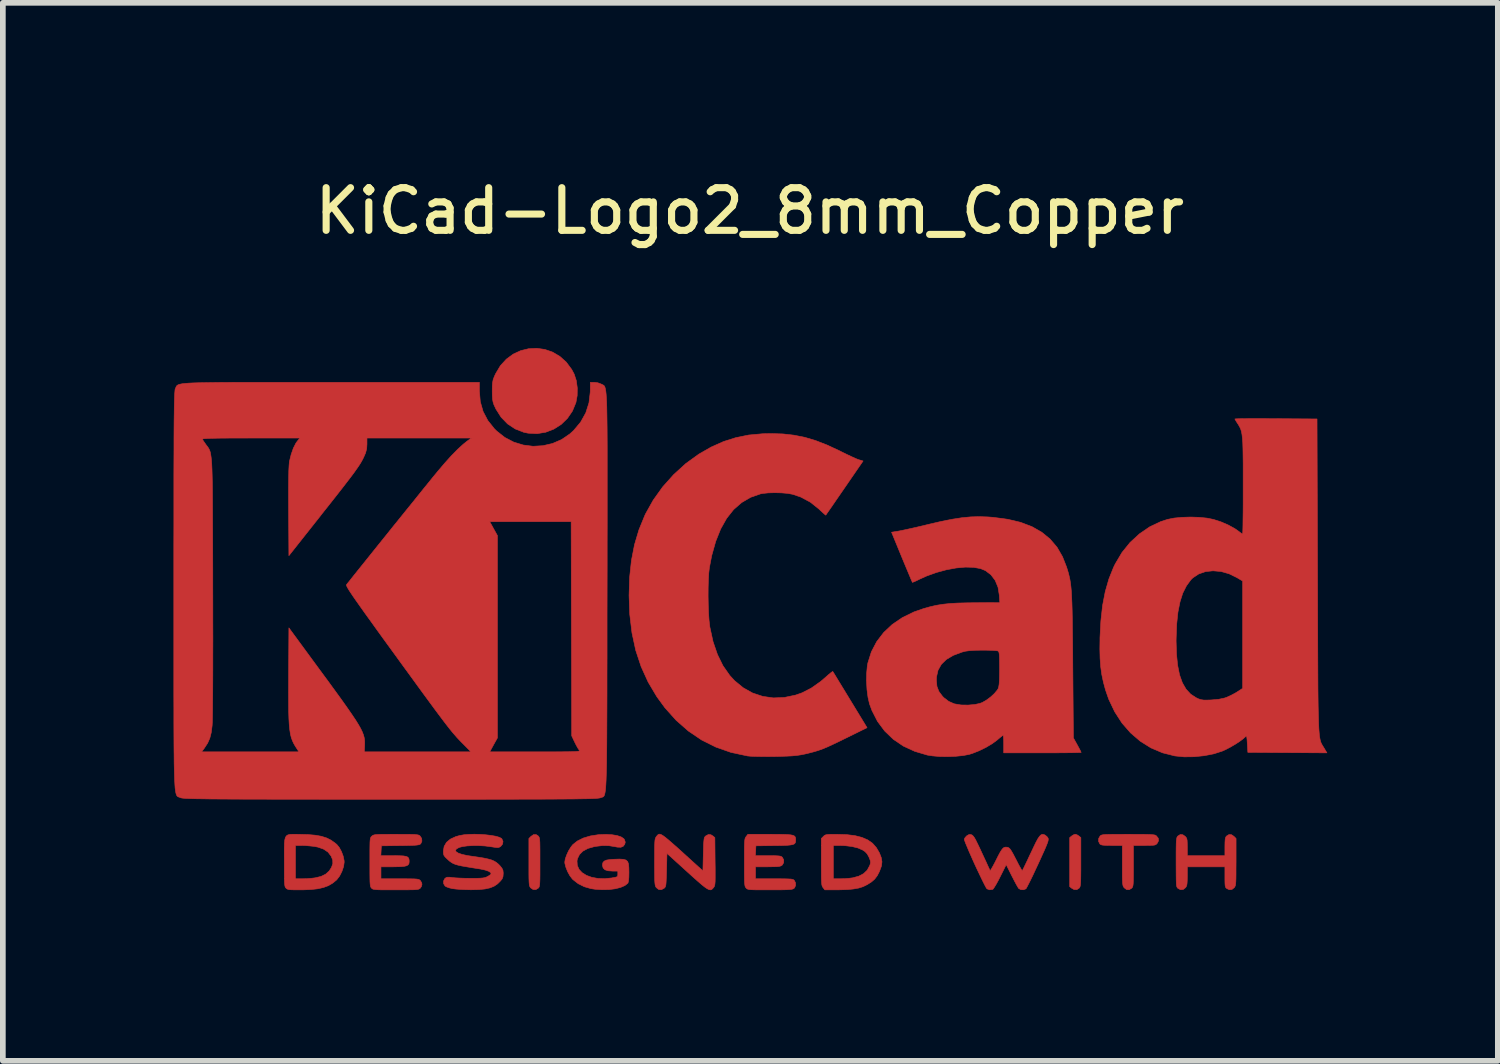
<source format=kicad_pcb>
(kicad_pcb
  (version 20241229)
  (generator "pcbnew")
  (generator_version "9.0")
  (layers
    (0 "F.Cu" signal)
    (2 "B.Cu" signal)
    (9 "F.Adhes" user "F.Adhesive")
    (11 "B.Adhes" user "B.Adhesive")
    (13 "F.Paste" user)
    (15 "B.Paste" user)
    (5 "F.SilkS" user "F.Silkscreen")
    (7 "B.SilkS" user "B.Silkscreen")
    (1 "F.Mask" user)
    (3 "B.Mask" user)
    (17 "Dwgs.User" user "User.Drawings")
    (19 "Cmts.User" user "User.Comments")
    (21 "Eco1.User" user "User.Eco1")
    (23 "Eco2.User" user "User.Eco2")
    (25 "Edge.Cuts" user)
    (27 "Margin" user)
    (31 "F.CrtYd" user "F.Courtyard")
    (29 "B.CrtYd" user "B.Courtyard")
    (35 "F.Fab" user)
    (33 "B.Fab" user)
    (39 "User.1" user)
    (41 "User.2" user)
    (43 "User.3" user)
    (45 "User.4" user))
  (footprint "KiCad-Logo2_8mm_Copper"
    (layer "F.Cu")
    (at 10.129 7.008)
    (property "Reference" "KiCad-Logo2_8mm_Copper" (at 0 -6.35 0) (layer "F.SilkS") (effects (font (size 0.75 0.75) (thickness 0.125))))
    (attr exclude_from_pos_files exclude_from_bom allow_missing_courtyard)
    (fp_poly (pts (xy 5.752 4.615) (xy 5.783 4.635) (xy 5.819 4.664) (xy 5.819 5.092) (xy 5.819 5.217) (xy 5.818 5.316) (xy 5.817 5.391) (xy 5.815 5.447) (xy 5.812 5.487) (xy 5.808 5.515) (xy 5.802 5.533) (xy 5.795 5.545) (xy 5.79 5.552) (xy 5.748 5.579) (xy 5.701 5.578) (xy 5.659 5.555) (xy 5.623 5.526) (xy 5.623 4.664) (xy 5.659 4.635) (xy 5.693 4.614) (xy 5.721 4.606) (xy 5.752 4.615)) (stroke (width 0.01) (type solid)) (fill yes) (layer "F.Cu"))
    (fp_poly (pts (xy -3.718 4.636) (xy -3.709 4.647) (xy -3.702 4.66) (xy -3.697 4.679) (xy -3.693 4.708) (xy -3.69 4.751) (xy -3.689 4.811) (xy -3.688 4.89) (xy -3.688 4.994) (xy -3.688 5.095) (xy -3.688 5.22) (xy -3.688 5.318) (xy -3.689 5.393) (xy -3.691 5.449) (xy -3.694 5.489) (xy -3.698 5.516) (xy -3.703 5.533) (xy -3.711 5.545) (xy -3.718 5.553) (xy -3.762 5.579) (xy -3.808 5.577) (xy -3.85 5.549) (xy -3.86 5.537) (xy -3.867 5.524) (xy -3.873 5.506) (xy -3.877 5.479) (xy -3.88 5.439) (xy -3.882 5.383) (xy -3.883 5.308) (xy -3.883 5.209) (xy -3.883 5.097) (xy -3.883 4.68) (xy -3.846 4.643) (xy -3.801 4.612) (xy -3.756 4.611) (xy -3.718 4.636)) (stroke (width 0.01) (type solid)) (fill yes) (layer "F.Cu"))
    (fp_poly (pts (xy -3.602 -3.916) (xy -3.466 -3.869) (xy -3.339 -3.794) (xy -3.226 -3.693) (xy -3.13 -3.564) (xy -3.087 -3.483) (xy -3.05 -3.37) (xy -3.032 -3.239) (xy -3.034 -3.105) (xy -3.056 -2.983) (xy -3.117 -2.834) (xy -3.205 -2.705) (xy -3.315 -2.598) (xy -3.444 -2.516) (xy -3.587 -2.461) (xy -3.739 -2.436) (xy -3.896 -2.444) (xy -3.973 -2.46) (xy -4.124 -2.519) (xy -4.258 -2.608) (xy -4.372 -2.726) (xy -4.463 -2.869) (xy -4.47 -2.885) (xy -4.497 -2.943) (xy -4.513 -2.993) (xy -4.522 -3.045) (xy -4.526 -3.111) (xy -4.527 -3.184) (xy -4.526 -3.271) (xy -4.521 -3.334) (xy -4.511 -3.385) (xy -4.492 -3.436) (xy -4.469 -3.487) (xy -4.384 -3.63) (xy -4.279 -3.745) (xy -4.158 -3.834) (xy -4.026 -3.895) (xy -3.886 -3.929) (xy -3.744 -3.936) (xy -3.602 -3.916)) (stroke (width 0.01) (type solid)) (fill yes) (layer "F.Cu"))
    (fp_poly (pts (xy 6.783 4.607) (xy 6.887 4.607) (xy 6.969 4.608) (xy 7.03 4.61) (xy 7.074 4.613) (xy 7.105 4.616) (xy 7.126 4.621) (xy 7.139 4.628) (xy 7.146 4.633) (xy 7.18 4.676) (xy 7.184 4.721) (xy 7.163 4.762) (xy 7.149 4.778) (xy 7.134 4.789) (xy 7.113 4.796) (xy 7.079 4.8) (xy 7.027 4.801) (xy 6.952 4.802) (xy 6.937 4.802) (xy 6.743 4.802) (xy 6.743 5.163) (xy 6.743 5.276) (xy 6.742 5.364) (xy 6.741 5.429) (xy 6.739 5.475) (xy 6.735 5.507) (xy 6.729 5.528) (xy 6.722 5.543) (xy 6.713 5.553) (xy 6.669 5.58) (xy 6.623 5.578) (xy 6.582 5.547) (xy 6.579 5.544) (xy 6.569 5.53) (xy 6.561 5.513) (xy 6.556 5.49) (xy 6.552 5.457) (xy 6.55 5.409) (xy 6.548 5.343) (xy 6.548 5.254) (xy 6.548 5.153) (xy 6.548 4.802) (xy 6.362 4.802) (xy 6.282 4.801) (xy 6.227 4.799) (xy 6.191 4.795) (xy 6.168 4.787) (xy 6.153 4.776) (xy 6.152 4.774) (xy 6.13 4.73) (xy 6.132 4.68) (xy 6.157 4.636) (xy 6.167 4.628) (xy 6.179 4.621) (xy 6.198 4.616) (xy 6.226 4.612) (xy 6.267 4.61) (xy 6.324 4.608) (xy 6.4 4.607) (xy 6.499 4.607) (xy 6.624 4.606) (xy 6.651 4.606) (xy 6.783 4.607)) (stroke (width 0.01) (type solid)) (fill yes) (layer "F.Cu"))
    (fp_poly (pts (xy 8.468 4.614) (xy 8.51 4.643) (xy 8.547 4.68) (xy 8.547 5.092) (xy 8.546 5.214) (xy 8.546 5.31) (xy 8.545 5.384) (xy 8.543 5.438) (xy 8.54 5.476) (xy 8.536 5.503) (xy 8.529 5.521) (xy 8.522 5.535) (xy 8.515 5.544) (xy 8.474 5.576) (xy 8.427 5.58) (xy 8.385 5.56) (xy 8.37 5.548) (xy 8.361 5.532) (xy 8.355 5.507) (xy 8.352 5.466) (xy 8.351 5.405) (xy 8.351 5.357) (xy 8.351 5.178) (xy 7.69 5.178) (xy 7.69 5.341) (xy 7.689 5.416) (xy 7.686 5.467) (xy 7.681 5.501) (xy 7.671 5.526) (xy 7.659 5.544) (xy 7.618 5.576) (xy 7.571 5.58) (xy 7.526 5.557) (xy 7.514 5.545) (xy 7.506 5.529) (xy 7.5 5.504) (xy 7.497 5.465) (xy 7.495 5.406) (xy 7.494 5.324) (xy 7.494 5.305) (xy 7.493 5.15) (xy 7.493 5.023) (xy 7.493 4.919) (xy 7.494 4.838) (xy 7.495 4.775) (xy 7.497 4.728) (xy 7.501 4.695) (xy 7.505 4.671) (xy 7.51 4.656) (xy 7.517 4.645) (xy 7.525 4.636) (xy 7.567 4.61) (xy 7.611 4.614) (xy 7.653 4.643) (xy 7.67 4.662) (xy 7.681 4.684) (xy 7.687 4.714) (xy 7.689 4.76) (xy 7.69 4.828) (xy 7.69 4.982) (xy 8.351 4.982) (xy 8.351 4.824) (xy 8.352 4.752) (xy 8.355 4.703) (xy 8.36 4.671) (xy 8.37 4.649) (xy 8.381 4.636) (xy 8.424 4.61) (xy 8.468 4.614)) (stroke (width 0.01) (type solid)) (fill yes) (layer "F.Cu"))
    (fp_poly (pts (xy 1.531 4.607) (xy 1.703 4.612) (xy 1.849 4.63) (xy 1.971 4.661) (xy 2.073 4.705) (xy 2.157 4.764) (xy 2.224 4.84) (xy 2.278 4.932) (xy 2.279 4.934) (xy 2.311 5.017) (xy 2.323 5.09) (xy 2.314 5.164) (xy 2.283 5.248) (xy 2.278 5.261) (xy 2.239 5.336) (xy 2.195 5.394) (xy 2.139 5.443) (xy 2.062 5.492) (xy 2.057 5.494) (xy 1.99 5.527) (xy 1.915 5.551) (xy 1.825 5.567) (xy 1.718 5.578) (xy 1.586 5.582) (xy 1.54 5.583) (xy 1.319 5.583) (xy 1.288 5.544) (xy 1.279 5.531) (xy 1.272 5.516) (xy 1.266 5.494) (xy 1.263 5.464) (xy 1.26 5.42) (xy 1.259 5.388) (xy 1.468 5.388) (xy 1.593 5.388) (xy 1.666 5.386) (xy 1.741 5.38) (xy 1.802 5.372) (xy 1.806 5.372) (xy 1.916 5.342) (xy 2 5.298) (xy 2.064 5.237) (xy 2.107 5.157) (xy 2.115 5.136) (xy 2.122 5.103) (xy 2.119 5.071) (xy 2.103 5.028) (xy 2.094 5.006) (xy 2.063 4.95) (xy 2.025 4.91) (xy 1.984 4.883) (xy 1.902 4.847) (xy 1.796 4.821) (xy 1.673 4.806) (xy 1.584 4.802) (xy 1.468 4.802) (xy 1.468 5.388) (xy 1.259 5.388) (xy 1.258 5.36) (xy 1.258 5.279) (xy 1.257 5.174) (xy 1.257 5.092) (xy 1.257 4.68) (xy 1.294 4.643) (xy 1.31 4.628) (xy 1.328 4.618) (xy 1.353 4.612) (xy 1.39 4.608) (xy 1.446 4.607) (xy 1.526 4.607) (xy 1.531 4.607)) (stroke (width 0.01) (type solid)) (fill yes) (layer "F.Cu"))
    (fp_poly (pts (xy -7.975 4.606) (xy -7.922 4.607) (xy -7.768 4.611) (xy -7.639 4.622) (xy -7.531 4.641) (xy -7.439 4.67) (xy -7.358 4.711) (xy -7.286 4.763) (xy -7.259 4.785) (xy -7.216 4.838) (xy -7.177 4.91) (xy -7.147 4.99) (xy -7.131 5.067) (xy -7.129 5.095) (xy -7.14 5.173) (xy -7.169 5.259) (xy -7.21 5.34) (xy -7.259 5.404) (xy -7.267 5.412) (xy -7.335 5.467) (xy -7.409 5.51) (xy -7.493 5.541) (xy -7.593 5.564) (xy -7.712 5.577) (xy -7.854 5.583) (xy -7.919 5.583) (xy -8.002 5.583) (xy -8.06 5.581) (xy -8.099 5.578) (xy -8.125 5.571) (xy -8.142 5.562) (xy -8.151 5.553) (xy -8.16 5.543) (xy -8.167 5.53) (xy -8.172 5.511) (xy -8.176 5.481) (xy -8.179 5.439) (xy -8.18 5.379) (xy -8.181 5.299) (xy -8.181 5.196) (xy -8.181 5.095) (xy -8.182 4.961) (xy -8.182 4.853) (xy -8.18 4.802) (xy -7.986 4.802) (xy -7.986 5.388) (xy -7.862 5.388) (xy -7.787 5.386) (xy -7.709 5.38) (xy -7.644 5.372) (xy -7.642 5.372) (xy -7.537 5.347) (xy -7.455 5.307) (xy -7.393 5.251) (xy -7.353 5.189) (xy -7.329 5.122) (xy -7.331 5.058) (xy -7.359 4.99) (xy -7.414 4.919) (xy -7.491 4.867) (xy -7.59 4.832) (xy -7.657 4.819) (xy -7.732 4.811) (xy -7.812 4.804) (xy -7.881 4.802) (xy -7.885 4.802) (xy -7.986 4.802) (xy -8.18 4.802) (xy -8.18 4.77) (xy -8.174 4.708) (xy -8.163 4.663) (xy -8.145 4.634) (xy -8.119 4.617) (xy -8.083 4.608) (xy -8.036 4.606) (xy -7.975 4.606)) (stroke (width 0.01) (type solid)) (fill yes) (layer "F.Cu"))
    (fp_poly (pts (xy -1.556 4.612) (xy -1.524 4.631) (xy -1.483 4.661) (xy -1.431 4.704) (xy -1.364 4.762) (xy -1.281 4.835) (xy -1.18 4.926) (xy -1.065 5.031) (xy -0.824 5.249) (xy -0.817 4.957) (xy -0.814 4.856) (xy -0.812 4.781) (xy -0.808 4.727) (xy -0.804 4.691) (xy -0.799 4.667) (xy -0.79 4.651) (xy -0.78 4.64) (xy -0.774 4.635) (xy -0.728 4.61) (xy -0.684 4.614) (xy -0.649 4.635) (xy -0.614 4.664) (xy -0.61 5.083) (xy -0.608 5.206) (xy -0.608 5.303) (xy -0.608 5.377) (xy -0.609 5.432) (xy -0.612 5.471) (xy -0.616 5.499) (xy -0.621 5.518) (xy -0.629 5.532) (xy -0.637 5.543) (xy -0.655 5.564) (xy -0.673 5.578) (xy -0.693 5.583) (xy -0.718 5.578) (xy -0.751 5.562) (xy -0.793 5.533) (xy -0.848 5.489) (xy -0.917 5.429) (xy -1.004 5.352) (xy -1.102 5.263) (xy -1.456 4.942) (xy -1.463 5.234) (xy -1.466 5.335) (xy -1.469 5.41) (xy -1.472 5.463) (xy -1.476 5.5) (xy -1.482 5.523) (xy -1.49 5.539) (xy -1.501 5.55) (xy -1.506 5.555) (xy -1.555 5.58) (xy -1.602 5.576) (xy -1.642 5.544) (xy -1.652 5.531) (xy -1.659 5.515) (xy -1.664 5.494) (xy -1.668 5.464) (xy -1.671 5.42) (xy -1.672 5.359) (xy -1.673 5.278) (xy -1.674 5.173) (xy -1.674 5.095) (xy -1.673 4.973) (xy -1.673 4.878) (xy -1.672 4.805) (xy -1.67 4.751) (xy -1.667 4.713) (xy -1.662 4.686) (xy -1.656 4.668) (xy -1.648 4.654) (xy -1.642 4.646) (xy -1.627 4.627) (xy -1.613 4.613) (xy -1.598 4.605) (xy -1.58 4.604) (xy -1.556 4.612)) (stroke (width 0.01) (type solid)) (fill yes) (layer "F.Cu"))
    (fp_poly (pts (xy -2.421 4.614) (xy -2.33 4.629) (xy -2.26 4.653) (xy -2.214 4.684) (xy -2.202 4.702) (xy -2.189 4.744) (xy -2.198 4.781) (xy -2.225 4.817) (xy -2.266 4.834) (xy -2.327 4.832) (xy -2.374 4.823) (xy -2.478 4.806) (xy -2.584 4.804) (xy -2.703 4.818) (xy -2.736 4.824) (xy -2.846 4.855) (xy -2.933 4.902) (xy -2.994 4.963) (xy -3.03 5.037) (xy -3.037 5.075) (xy -3.032 5.154) (xy -3.001 5.223) (xy -2.947 5.281) (xy -2.872 5.328) (xy -2.779 5.362) (xy -2.671 5.382) (xy -2.551 5.386) (xy -2.422 5.373) (xy -2.415 5.371) (xy -2.364 5.362) (xy -2.335 5.353) (xy -2.323 5.339) (xy -2.32 5.316) (xy -2.32 5.304) (xy -2.32 5.253) (xy -2.411 5.253) (xy -2.492 5.247) (xy -2.546 5.23) (xy -2.578 5.198) (xy -2.59 5.152) (xy -2.59 5.146) (xy -2.583 5.106) (xy -2.56 5.078) (xy -2.517 5.059) (xy -2.45 5.049) (xy -2.385 5.045) (xy -2.291 5.042) (xy -2.223 5.046) (xy -2.176 5.059) (xy -2.147 5.085) (xy -2.132 5.127) (xy -2.126 5.191) (xy -2.124 5.273) (xy -2.126 5.366) (xy -2.132 5.429) (xy -2.141 5.462) (xy -2.143 5.465) (xy -2.195 5.507) (xy -2.271 5.54) (xy -2.366 5.564) (xy -2.476 5.578) (xy -2.596 5.58) (xy -2.72 5.572) (xy -2.793 5.561) (xy -2.908 5.528) (xy -3.015 5.475) (xy -3.104 5.406) (xy -3.118 5.393) (xy -3.162 5.335) (xy -3.202 5.263) (xy -3.232 5.188) (xy -3.25 5.119) (xy -3.252 5.093) (xy -3.243 5.038) (xy -3.219 4.97) (xy -3.186 4.898) (xy -3.146 4.833) (xy -3.112 4.789) (xy -3.031 4.724) (xy -2.926 4.672) (xy -2.801 4.635) (xy -2.66 4.613) (xy -2.53 4.608) (xy -2.421 4.614)) (stroke (width 0.01) (type solid)) (fill yes) (layer "F.Cu"))
    (fp_poly (pts (xy 0.482 4.607) (xy 0.583 4.608) (xy 0.661 4.611) (xy 0.719 4.616) (xy 0.758 4.624) (xy 0.784 4.636) (xy 0.798 4.652) (xy 0.805 4.673) (xy 0.806 4.699) (xy 0.806 4.703) (xy 0.805 4.733) (xy 0.799 4.756) (xy 0.784 4.774) (xy 0.757 4.786) (xy 0.715 4.794) (xy 0.655 4.8) (xy 0.572 4.803) (xy 0.463 4.805) (xy 0.43 4.805) (xy 0.107 4.809) (xy 0.103 4.896) (xy 0.098 4.982) (xy 0.322 4.982) (xy 0.41 4.982) (xy 0.472 4.984) (xy 0.515 4.987) (xy 0.542 4.992) (xy 0.56 5) (xy 0.573 5.012) (xy 0.573 5.012) (xy 0.596 5.056) (xy 0.595 5.105) (xy 0.571 5.146) (xy 0.566 5.15) (xy 0.549 5.161) (xy 0.525 5.169) (xy 0.49 5.174) (xy 0.438 5.176) (xy 0.364 5.177) (xy 0.316 5.178) (xy 0.1 5.178) (xy 0.1 5.388) (xy 0.428 5.388) (xy 0.537 5.388) (xy 0.619 5.389) (xy 0.679 5.391) (xy 0.721 5.393) (xy 0.749 5.398) (xy 0.767 5.404) (xy 0.778 5.412) (xy 0.781 5.415) (xy 0.803 5.457) (xy 0.805 5.505) (xy 0.787 5.547) (xy 0.773 5.56) (xy 0.758 5.567) (xy 0.736 5.573) (xy 0.702 5.577) (xy 0.653 5.58) (xy 0.585 5.582) (xy 0.495 5.583) (xy 0.379 5.583) (xy 0.353 5.583) (xy 0.235 5.583) (xy 0.143 5.583) (xy 0.075 5.582) (xy 0.025 5.58) (xy -0.01 5.577) (xy -0.033 5.572) (xy -0.048 5.565) (xy -0.059 5.557) (xy -0.065 5.55) (xy -0.074 5.539) (xy -0.081 5.526) (xy -0.086 5.506) (xy -0.09 5.477) (xy -0.093 5.434) (xy -0.094 5.374) (xy -0.095 5.294) (xy -0.095 5.189) (xy -0.095 5.102) (xy -0.095 4.979) (xy -0.095 4.882) (xy -0.094 4.808) (xy -0.092 4.754) (xy -0.089 4.715) (xy -0.085 4.688) (xy -0.079 4.669) (xy -0.071 4.655) (xy -0.064 4.646) (xy -0.033 4.606) (xy 0.353 4.606) (xy 0.482 4.607)) (stroke (width 0.01) (type solid)) (fill yes) (layer "F.Cu"))
    (fp_poly (pts (xy -6.099 4.607) (xy -6.007 4.607) (xy -5.937 4.608) (xy -5.886 4.61) (xy -5.851 4.614) (xy -5.827 4.618) (xy -5.811 4.625) (xy -5.799 4.633) (xy -5.795 4.637) (xy -5.768 4.678) (xy -5.763 4.726) (xy -5.781 4.768) (xy -5.789 4.777) (xy -5.802 4.785) (xy -5.823 4.791) (xy -5.855 4.796) (xy -5.903 4.8) (xy -5.971 4.802) (xy -6.062 4.804) (xy -6.146 4.805) (xy -6.476 4.809) (xy -6.485 4.982) (xy -6.261 4.982) (xy -6.164 4.983) (xy -6.092 4.986) (xy -6.043 4.994) (xy -6.012 5.007) (xy -5.995 5.028) (xy -5.988 5.057) (xy -5.987 5.084) (xy -5.99 5.117) (xy -6.003 5.141) (xy -6.028 5.158) (xy -6.071 5.169) (xy -6.133 5.175) (xy -6.221 5.177) (xy -6.268 5.178) (xy -6.483 5.178) (xy -6.483 5.388) (xy -6.152 5.388) (xy -6.044 5.388) (xy -5.962 5.389) (xy -5.901 5.39) (xy -5.859 5.393) (xy -5.83 5.397) (xy -5.811 5.404) (xy -5.798 5.412) (xy -5.792 5.418) (xy -5.769 5.454) (xy -5.762 5.486) (xy -5.772 5.525) (xy -5.792 5.553) (xy -5.802 5.562) (xy -5.816 5.569) (xy -5.836 5.575) (xy -5.866 5.578) (xy -5.911 5.581) (xy -5.973 5.582) (xy -6.056 5.583) (xy -6.164 5.583) (xy -6.22 5.583) (xy -6.34 5.583) (xy -6.434 5.583) (xy -6.505 5.582) (xy -6.556 5.58) (xy -6.592 5.576) (xy -6.617 5.572) (xy -6.633 5.566) (xy -6.644 5.558) (xy -6.648 5.553) (xy -6.657 5.543) (xy -6.664 5.53) (xy -6.669 5.511) (xy -6.673 5.481) (xy -6.676 5.438) (xy -6.677 5.379) (xy -6.678 5.298) (xy -6.678 5.194) (xy -6.678 5.097) (xy -6.678 4.973) (xy -6.678 4.876) (xy -6.677 4.801) (xy -6.676 4.746) (xy -6.673 4.707) (xy -6.669 4.681) (xy -6.663 4.663) (xy -6.656 4.651) (xy -6.646 4.641) (xy -6.644 4.639) (xy -6.632 4.629) (xy -6.619 4.622) (xy -6.6 4.616) (xy -6.571 4.612) (xy -6.53 4.609) (xy -6.472 4.607) (xy -6.394 4.607) (xy -6.291 4.606) (xy -6.218 4.606) (xy -6.099 4.607)) (stroke (width 0.01) (type solid)) (fill yes) (layer "F.Cu"))
    (fp_poly (pts (xy 5.161 4.609) (xy 5.187 4.618) (xy 5.188 4.619) (xy 5.223 4.646) (xy 5.243 4.674) (xy 5.246 4.687) (xy 5.246 4.704) (xy 5.241 4.729) (xy 5.229 4.764) (xy 5.21 4.812) (xy 5.182 4.878) (xy 5.144 4.962) (xy 5.095 5.07) (xy 5.068 5.129) (xy 5.019 5.233) (xy 4.974 5.33) (xy 4.933 5.414) (xy 4.898 5.483) (xy 4.872 5.533) (xy 4.856 5.561) (xy 4.852 5.565) (xy 4.811 5.581) (xy 4.764 5.579) (xy 4.727 5.559) (xy 4.725 5.557) (xy 4.711 5.534) (xy 4.686 5.491) (xy 4.654 5.431) (xy 4.618 5.361) (xy 4.605 5.336) (xy 4.507 5.14) (xy 4.401 5.352) (xy 4.363 5.426) (xy 4.328 5.489) (xy 4.298 5.538) (xy 4.277 5.568) (xy 4.27 5.574) (xy 4.215 5.582) (xy 4.169 5.565) (xy 4.155 5.546) (xy 4.132 5.503) (xy 4.101 5.442) (xy 4.064 5.366) (xy 4.022 5.278) (xy 3.978 5.185) (xy 3.934 5.089) (xy 3.892 4.994) (xy 3.853 4.906) (xy 3.82 4.827) (xy 3.793 4.763) (xy 3.776 4.717) (xy 3.77 4.693) (xy 3.77 4.692) (xy 3.785 4.663) (xy 3.814 4.633) (xy 3.816 4.631) (xy 3.852 4.611) (xy 3.885 4.611) (xy 3.898 4.615) (xy 3.913 4.623) (xy 3.929 4.64) (xy 3.949 4.667) (xy 3.973 4.71) (xy 4.003 4.771) (xy 4.043 4.854) (xy 4.078 4.93) (xy 4.119 5.018) (xy 4.156 5.097) (xy 4.186 5.164) (xy 4.209 5.213) (xy 4.221 5.241) (xy 4.223 5.245) (xy 4.231 5.238) (xy 4.25 5.208) (xy 4.277 5.16) (xy 4.31 5.098) (xy 4.323 5.072) (xy 4.366 4.986) (xy 4.4 4.923) (xy 4.427 4.88) (xy 4.449 4.853) (xy 4.469 4.838) (xy 4.491 4.832) (xy 4.505 4.832) (xy 4.529 4.834) (xy 4.551 4.843) (xy 4.573 4.863) (xy 4.597 4.897) (xy 4.627 4.949) (xy 4.665 5.022) (xy 4.687 5.064) (xy 4.721 5.131) (xy 4.751 5.186) (xy 4.774 5.226) (xy 4.787 5.244) (xy 4.789 5.245) (xy 4.798 5.23) (xy 4.817 5.193) (xy 4.845 5.135) (xy 4.88 5.062) (xy 4.919 4.978) (xy 4.939 4.937) (xy 4.99 4.829) (xy 5.03 4.746) (xy 5.063 4.685) (xy 5.091 4.644) (xy 5.115 4.619) (xy 5.137 4.608) (xy 5.161 4.609)) (stroke (width 0.01) (type solid)) (fill yes) (layer "F.Cu"))
    (fp_poly (pts (xy -4.74 4.608) (xy -4.64 4.615) (xy -4.548 4.626) (xy -4.467 4.64) (xy -4.405 4.658) (xy -4.365 4.678) (xy -4.359 4.684) (xy -4.338 4.73) (xy -4.345 4.777) (xy -4.377 4.818) (xy -4.379 4.819) (xy -4.398 4.831) (xy -4.418 4.838) (xy -4.446 4.839) (xy -4.489 4.834) (xy -4.554 4.824) (xy -4.559 4.823) (xy -4.656 4.811) (xy -4.761 4.805) (xy -4.865 4.805) (xy -4.963 4.81) (xy -5.047 4.821) (xy -5.108 4.837) (xy -5.112 4.839) (xy -5.157 4.864) (xy -5.173 4.889) (xy -5.161 4.914) (xy -5.121 4.938) (xy -5.056 4.96) (xy -4.965 4.98) (xy -4.905 4.989) (xy -4.78 5.007) (xy -4.68 5.023) (xy -4.601 5.04) (xy -4.54 5.057) (xy -4.492 5.078) (xy -4.453 5.102) (xy -4.417 5.132) (xy -4.389 5.161) (xy -4.356 5.203) (xy -4.339 5.238) (xy -4.334 5.281) (xy -4.334 5.297) (xy -4.338 5.35) (xy -4.353 5.39) (xy -4.38 5.424) (xy -4.434 5.478) (xy -4.495 5.519) (xy -4.567 5.548) (xy -4.653 5.567) (xy -4.76 5.578) (xy -4.891 5.581) (xy -4.912 5.581) (xy -5 5.579) (xy -5.086 5.575) (xy -5.163 5.569) (xy -5.22 5.562) (xy -5.224 5.562) (xy -5.281 5.548) (xy -5.329 5.531) (xy -5.356 5.516) (xy -5.381 5.475) (xy -5.383 5.428) (xy -5.361 5.385) (xy -5.356 5.381) (xy -5.336 5.366) (xy -5.311 5.36) (xy -5.272 5.361) (xy -5.224 5.367) (xy -5.172 5.372) (xy -5.098 5.376) (xy -5.011 5.379) (xy -4.921 5.38) (xy -4.897 5.38) (xy -4.807 5.38) (xy -4.741 5.378) (xy -4.693 5.374) (xy -4.658 5.368) (xy -4.63 5.358) (xy -4.613 5.35) (xy -4.575 5.328) (xy -4.551 5.308) (xy -4.548 5.302) (xy -4.555 5.279) (xy -4.59 5.256) (xy -4.65 5.235) (xy -4.733 5.217) (xy -4.758 5.213) (xy -4.886 5.193) (xy -4.987 5.176) (xy -5.068 5.162) (xy -5.13 5.148) (xy -5.178 5.134) (xy -5.216 5.118) (xy -5.248 5.099) (xy -5.278 5.077) (xy -5.309 5.049) (xy -5.32 5.039) (xy -5.357 5.003) (xy -5.377 4.974) (xy -5.385 4.941) (xy -5.386 4.899) (xy -5.372 4.818) (xy -5.331 4.748) (xy -5.263 4.691) (xy -5.168 4.647) (xy -5.1 4.628) (xy -5.027 4.615) (xy -4.939 4.608) (xy -4.841 4.605) (xy -4.74 4.608)) (stroke (width 0.01) (type solid)) (fill yes) (layer "F.Cu"))
    (fp_poly (pts (xy 0.581 -2.431) (xy 0.777 -2.409) (xy 0.967 -2.371) (xy 1.158 -2.314) (xy 1.358 -2.236) (xy 1.576 -2.135) (xy 1.615 -2.115) (xy 1.705 -2.071) (xy 1.79 -2.031) (xy 1.861 -1.999) (xy 1.91 -1.979) (xy 1.918 -1.977) (xy 1.991 -1.955) (xy 1.665 -1.481) (xy 1.585 -1.365) (xy 1.512 -1.259) (xy 1.449 -1.167) (xy 1.397 -1.092) (xy 1.359 -1.038) (xy 1.339 -1.008) (xy 1.335 -1.003) (xy 1.322 -1.013) (xy 1.288 -1.043) (xy 1.24 -1.087) (xy 1.214 -1.112) (xy 1.065 -1.231) (xy 0.897 -1.321) (xy 0.753 -1.37) (xy 0.666 -1.386) (xy 0.558 -1.395) (xy 0.44 -1.398) (xy 0.326 -1.395) (xy 0.229 -1.385) (xy 0.19 -1.378) (xy 0.015 -1.317) (xy -0.143 -1.225) (xy -0.284 -1.102) (xy -0.407 -0.947) (xy -0.512 -0.76) (xy -0.599 -0.543) (xy -0.669 -0.294) (xy -0.71 -0.082) (xy -0.721 0.012) (xy -0.728 0.134) (xy -0.732 0.273) (xy -0.733 0.423) (xy -0.73 0.575) (xy -0.725 0.718) (xy -0.716 0.846) (xy -0.704 0.949) (xy -0.702 0.964) (xy -0.646 1.22) (xy -0.569 1.445) (xy -0.472 1.643) (xy -0.353 1.813) (xy -0.269 1.905) (xy -0.117 2.03) (xy 0.049 2.123) (xy 0.227 2.182) (xy 0.414 2.209) (xy 0.607 2.201) (xy 0.803 2.16) (xy 0.92 2.119) (xy 1.08 2.037) (xy 1.246 1.92) (xy 1.339 1.84) (xy 1.391 1.794) (xy 1.432 1.761) (xy 1.455 1.745) (xy 1.458 1.744) (xy 1.469 1.761) (xy 1.496 1.804) (xy 1.537 1.872) (xy 1.59 1.959) (xy 1.653 2.062) (xy 1.723 2.177) (xy 1.762 2.241) (xy 2.061 2.732) (xy 1.688 2.916) (xy 1.553 2.982) (xy 1.444 3.034) (xy 1.354 3.075) (xy 1.276 3.107) (xy 1.203 3.133) (xy 1.13 3.155) (xy 1.049 3.176) (xy 0.971 3.195) (xy 0.901 3.209) (xy 0.829 3.22) (xy 0.746 3.228) (xy 0.645 3.233) (xy 0.52 3.237) (xy 0.435 3.239) (xy 0.315 3.24) (xy 0.199 3.239) (xy 0.096 3.237) (xy 0.013 3.234) (xy -0.042 3.229) (xy -0.045 3.228) (xy -0.33 3.167) (xy -0.598 3.073) (xy -0.848 2.948) (xy -1.08 2.791) (xy -1.295 2.602) (xy -1.492 2.382) (xy -1.635 2.186) (xy -1.787 1.93) (xy -1.91 1.659) (xy -2.005 1.372) (xy -2.071 1.066) (xy -2.11 0.74) (xy -2.122 0.408) (xy -2.112 0.087) (xy -2.08 -0.209) (xy -2.026 -0.486) (xy -1.948 -0.747) (xy -1.845 -0.999) (xy -1.833 -1.025) (xy -1.697 -1.268) (xy -1.531 -1.5) (xy -1.338 -1.716) (xy -1.125 -1.91) (xy -0.894 -2.077) (xy -0.679 -2.2) (xy -0.462 -2.297) (xy -0.244 -2.366) (xy -0.018 -2.412) (xy 0.226 -2.434) (xy 0.372 -2.437) (xy 0.581 -2.431)) (stroke (width 0.01) (type solid)) (fill yes) (layer "F.Cu"))
    (fp_poly (pts (xy 9.042 -2.7) (xy 9.196 -2.699) (xy 9.248 -2.699) (xy 9.97 -2.694) (xy 9.979 0.073) (xy 9.98 0.448) (xy 9.981 0.788) (xy 9.982 1.096) (xy 9.983 1.373) (xy 9.984 1.621) (xy 9.985 1.841) (xy 9.986 2.036) (xy 9.988 2.206) (xy 9.99 2.354) (xy 9.993 2.482) (xy 9.996 2.592) (xy 9.999 2.684) (xy 10.003 2.761) (xy 10.008 2.825) (xy 10.013 2.877) (xy 10.02 2.92) (xy 10.027 2.954) (xy 10.035 2.982) (xy 10.044 3.005) (xy 10.055 3.026) (xy 10.066 3.045) (xy 10.079 3.066) (xy 10.093 3.089) (xy 10.096 3.093) (xy 10.144 3.175) (xy 8.754 3.166) (xy 8.745 3.013) (xy 8.74 2.94) (xy 8.735 2.898) (xy 8.728 2.881) (xy 8.717 2.884) (xy 8.709 2.894) (xy 8.67 2.929) (xy 8.608 2.975) (xy 8.531 3.025) (xy 8.447 3.074) (xy 8.365 3.117) (xy 8.302 3.145) (xy 8.155 3.192) (xy 7.986 3.225) (xy 7.808 3.243) (xy 7.633 3.245) (xy 7.474 3.229) (xy 7.472 3.229) (xy 7.254 3.174) (xy 7.05 3.087) (xy 6.863 2.97) (xy 6.693 2.824) (xy 6.542 2.651) (xy 6.414 2.453) (xy 6.309 2.232) (xy 6.252 2.068) (xy 6.215 1.931) (xy 6.187 1.799) (xy 6.168 1.663) (xy 6.157 1.514) (xy 6.153 1.347) (xy 6.155 1.209) (xy 7.493 1.209) (xy 7.5 1.439) (xy 7.52 1.637) (xy 7.554 1.805) (xy 7.603 1.943) (xy 7.668 2.055) (xy 7.748 2.142) (xy 7.842 2.204) (xy 7.89 2.227) (xy 7.932 2.24) (xy 7.979 2.247) (xy 8.042 2.247) (xy 8.11 2.245) (xy 8.243 2.233) (xy 8.349 2.21) (xy 8.382 2.198) (xy 8.458 2.164) (xy 8.538 2.121) (xy 8.572 2.1) (xy 8.663 2.041) (xy 8.663 0.155) (xy 8.563 0.095) (xy 8.424 0.027) (xy 8.282 -0.013) (xy 8.142 -0.025) (xy 8.009 -0.011) (xy 7.889 0.031) (xy 7.787 0.099) (xy 7.754 0.131) (xy 7.675 0.239) (xy 7.61 0.368) (xy 7.561 0.523) (xy 7.525 0.704) (xy 7.503 0.915) (xy 7.494 1.157) (xy 7.493 1.209) (xy 6.155 1.209) (xy 6.155 1.152) (xy 6.171 0.854) (xy 6.201 0.584) (xy 6.248 0.34) (xy 6.312 0.118) (xy 6.394 -0.087) (xy 6.424 -0.148) (xy 6.542 -0.347) (xy 6.684 -0.523) (xy 6.848 -0.674) (xy 7.029 -0.798) (xy 7.225 -0.891) (xy 7.343 -0.929) (xy 7.458 -0.952) (xy 7.597 -0.965) (xy 7.748 -0.97) (xy 7.898 -0.965) (xy 8.038 -0.951) (xy 8.15 -0.928) (xy 8.283 -0.885) (xy 8.412 -0.829) (xy 8.525 -0.767) (xy 8.585 -0.725) (xy 8.627 -0.693) (xy 8.656 -0.674) (xy 8.662 -0.671) (xy 8.664 -0.689) (xy 8.666 -0.739) (xy 8.668 -0.819) (xy 8.669 -0.924) (xy 8.671 -1.051) (xy 8.672 -1.197) (xy 8.672 -1.357) (xy 8.672 -1.521) (xy 8.672 -1.731) (xy 8.672 -1.908) (xy 8.67 -2.055) (xy 8.668 -2.176) (xy 8.665 -2.274) (xy 8.659 -2.353) (xy 8.652 -2.416) (xy 8.643 -2.467) (xy 8.631 -2.508) (xy 8.616 -2.543) (xy 8.598 -2.576) (xy 8.577 -2.61) (xy 8.574 -2.614) (xy 8.546 -2.658) (xy 8.529 -2.688) (xy 8.527 -2.694) (xy 8.545 -2.696) (xy 8.595 -2.698) (xy 8.673 -2.699) (xy 8.776 -2.7) (xy 8.9 -2.7) (xy 9.042 -2.7)) (stroke (width 0.01) (type solid)) (fill yes) (layer "F.Cu"))
    (fp_poly (pts (xy 4.186 -0.972) (xy 4.276 -0.965) (xy 4.533 -0.931) (xy 4.76 -0.877) (xy 4.96 -0.801) (xy 5.132 -0.703) (xy 5.278 -0.583) (xy 5.4 -0.44) (xy 5.497 -0.272) (xy 5.568 -0.091) (xy 5.586 -0.033) (xy 5.602 0.021) (xy 5.615 0.075) (xy 5.627 0.13) (xy 5.637 0.191) (xy 5.645 0.26) (xy 5.652 0.339) (xy 5.657 0.433) (xy 5.662 0.543) (xy 5.666 0.672) (xy 5.669 0.825) (xy 5.671 1.003) (xy 5.674 1.209) (xy 5.676 1.447) (xy 5.677 1.633) (xy 5.688 2.912) (xy 5.756 3.035) (xy 5.788 3.094) (xy 5.812 3.14) (xy 5.823 3.165) (xy 5.824 3.167) (xy 5.806 3.168) (xy 5.757 3.17) (xy 5.678 3.172) (xy 5.576 3.173) (xy 5.453 3.174) (xy 5.314 3.175) (xy 5.162 3.175) (xy 5.144 3.175) (xy 4.463 3.175) (xy 4.463 3.021) (xy 4.462 2.951) (xy 4.459 2.898) (xy 4.454 2.869) (xy 4.452 2.867) (xy 4.434 2.878) (xy 4.397 2.907) (xy 4.349 2.948) (xy 4.348 2.949) (xy 4.26 3.014) (xy 4.149 3.08) (xy 4.028 3.139) (xy 3.908 3.186) (xy 3.855 3.202) (xy 3.751 3.222) (xy 3.622 3.235) (xy 3.481 3.241) (xy 3.34 3.239) (xy 3.211 3.228) (xy 3.121 3.214) (xy 2.899 3.148) (xy 2.699 3.056) (xy 2.522 2.936) (xy 2.371 2.791) (xy 2.245 2.622) (xy 2.147 2.43) (xy 2.104 2.313) (xy 2.078 2.2) (xy 2.06 2.064) (xy 2.052 1.917) (xy 2.052 1.896) (xy 3.279 1.896) (xy 3.289 2.005) (xy 3.323 2.095) (xy 3.386 2.179) (xy 3.41 2.204) (xy 3.496 2.27) (xy 3.594 2.313) (xy 3.713 2.333) (xy 3.837 2.335) (xy 3.956 2.325) (xy 4.046 2.305) (xy 4.086 2.29) (xy 4.156 2.25) (xy 4.232 2.194) (xy 4.3 2.131) (xy 4.351 2.07) (xy 4.365 2.047) (xy 4.375 2.016) (xy 4.383 1.967) (xy 4.388 1.894) (xy 4.39 1.793) (xy 4.391 1.697) (xy 4.39 1.585) (xy 4.389 1.504) (xy 4.386 1.449) (xy 4.381 1.414) (xy 4.373 1.394) (xy 4.362 1.384) (xy 4.359 1.383) (xy 4.33 1.378) (xy 4.272 1.374) (xy 4.193 1.371) (xy 4.102 1.37) (xy 4.082 1.37) (xy 3.96 1.372) (xy 3.866 1.378) (xy 3.791 1.388) (xy 3.729 1.404) (xy 3.575 1.462) (xy 3.455 1.533) (xy 3.367 1.619) (xy 3.309 1.721) (xy 3.282 1.839) (xy 3.279 1.896) (xy 2.052 1.896) (xy 2.054 1.774) (xy 2.066 1.645) (xy 2.076 1.592) (xy 2.137 1.399) (xy 2.23 1.221) (xy 2.353 1.06) (xy 2.504 0.918) (xy 2.682 0.797) (xy 2.885 0.698) (xy 3.057 0.638) (xy 3.172 0.606) (xy 3.282 0.581) (xy 3.395 0.563) (xy 3.516 0.55) (xy 3.654 0.542) (xy 3.816 0.538) (xy 3.962 0.536) (xy 4.395 0.535) (xy 4.386 0.405) (xy 4.363 0.264) (xy 4.313 0.143) (xy 4.238 0.044) (xy 4.141 -0.029) (xy 4.056 -0.064) (xy 3.934 -0.086) (xy 3.789 -0.09) (xy 3.627 -0.075) (xy 3.455 -0.043) (xy 3.281 0.004) (xy 3.111 0.065) (xy 2.987 0.121) (xy 2.928 0.15) (xy 2.882 0.17) (xy 2.859 0.178) (xy 2.858 0.178) (xy 2.85 0.16) (xy 2.83 0.114) (xy 2.8 0.042) (xy 2.762 -0.049) (xy 2.717 -0.156) (xy 2.672 -0.265) (xy 2.492 -0.703) (xy 2.62 -0.724) (xy 2.676 -0.735) (xy 2.76 -0.753) (xy 2.864 -0.776) (xy 2.982 -0.803) (xy 3.107 -0.833) (xy 3.157 -0.845) (xy 3.372 -0.895) (xy 3.56 -0.932) (xy 3.728 -0.958) (xy 3.884 -0.973) (xy 4.034 -0.977) (xy 4.186 -0.972)) (stroke (width 0.01) (type solid)) (fill yes) (layer "F.Cu"))
    (fp_poly (pts (xy -7.87 -3.338) (xy -7.521 -3.338) (xy -7.358 -3.338) (xy -4.753 -3.338) (xy -4.753 -3.185) (xy -4.737 -2.998) (xy -4.688 -2.826) (xy -4.605 -2.667) (xy -4.488 -2.52) (xy -4.448 -2.481) (xy -4.306 -2.369) (xy -4.149 -2.287) (xy -3.982 -2.236) (xy -3.81 -2.214) (xy -3.637 -2.224) (xy -3.468 -2.263) (xy -3.308 -2.332) (xy -3.162 -2.432) (xy -3.096 -2.492) (xy -2.973 -2.639) (xy -2.883 -2.801) (xy -2.827 -2.976) (xy -2.805 -3.161) (xy -2.804 -3.18) (xy -2.803 -3.338) (xy -2.733 -3.338) (xy -2.671 -3.33) (xy -2.615 -3.309) (xy -2.611 -3.307) (xy -2.598 -3.301) (xy -2.587 -3.296) (xy -2.576 -3.29) (xy -2.566 -3.284) (xy -2.557 -3.274) (xy -2.549 -3.26) (xy -2.542 -3.239) (xy -2.536 -3.211) (xy -2.53 -3.174) (xy -2.525 -3.127) (xy -2.521 -3.067) (xy -2.517 -2.994) (xy -2.514 -2.906) (xy -2.512 -2.801) (xy -2.51 -2.678) (xy -2.508 -2.535) (xy -2.507 -2.372) (xy -2.506 -2.186) (xy -2.506 -1.976) (xy -2.506 -1.74) (xy -2.506 -1.477) (xy -2.506 -1.185) (xy -2.506 -0.864) (xy -2.507 -0.511) (xy -2.507 -0.124) (xy -2.508 0.297) (xy -2.508 0.348) (xy -2.509 0.771) (xy -2.509 1.16) (xy -2.509 1.516) (xy -2.51 1.839) (xy -2.51 2.133) (xy -2.511 2.398) (xy -2.512 2.635) (xy -2.513 2.847) (xy -2.514 3.034) (xy -2.516 3.199) (xy -2.517 3.342) (xy -2.52 3.466) (xy -2.523 3.571) (xy -2.526 3.66) (xy -2.53 3.733) (xy -2.534 3.793) (xy -2.539 3.84) (xy -2.545 3.877) (xy -2.551 3.904) (xy -2.558 3.924) (xy -2.566 3.937) (xy -2.575 3.946) (xy -2.585 3.951) (xy -2.596 3.955) (xy -2.608 3.958) (xy -2.621 3.963) (xy -2.624 3.964) (xy -2.634 3.967) (xy -2.651 3.97) (xy -2.676 3.973) (xy -2.71 3.976) (xy -2.756 3.978) (xy -2.814 3.98) (xy -2.886 3.982) (xy -2.973 3.983) (xy -3.078 3.985) (xy -3.201 3.986) (xy -3.343 3.987) (xy -3.507 3.988) (xy -3.694 3.989) (xy -3.905 3.989) (xy -4.141 3.99) (xy -4.405 3.99) (xy -4.697 3.991) (xy -5.019 3.991) (xy -5.373 3.991) (xy -5.759 3.991) (xy -6.18 3.991) (xy -6.316 3.991) (xy -6.747 3.991) (xy -7.142 3.991) (xy -7.504 3.991) (xy -7.835 3.99) (xy -8.134 3.99) (xy -8.405 3.99) (xy -8.649 3.989) (xy -8.866 3.989) (xy -9.059 3.988) (xy -9.229 3.987) (xy -9.378 3.986) (xy -9.506 3.985) (xy -9.616 3.983) (xy -9.709 3.982) (xy -9.786 3.98) (xy -9.848 3.978) (xy -9.899 3.976) (xy -9.937 3.974) (xy -9.967 3.971) (xy -9.987 3.968) (xy -10.001 3.965) (xy -10.009 3.962) (xy -10.023 3.956) (xy -10.035 3.952) (xy -10.046 3.948) (xy -10.057 3.942) (xy -10.066 3.934) (xy -10.075 3.92) (xy -10.082 3.901) (xy -10.089 3.874) (xy -10.095 3.839) (xy -10.101 3.793) (xy -10.105 3.734) (xy -10.109 3.663) (xy -10.112 3.576) (xy -10.115 3.473) (xy -10.118 3.352) (xy -10.119 3.211) (xy -10.12 3.157) (xy -9.636 3.157) (xy -7.924 3.157) (xy -7.957 3.107) (xy -7.99 3.056) (xy -8.018 3.007) (xy -8.041 2.957) (xy -8.06 2.903) (xy -8.075 2.841) (xy -8.086 2.768) (xy -8.095 2.68) (xy -8.101 2.574) (xy -8.105 2.447) (xy -8.106 2.294) (xy -8.107 2.114) (xy -8.106 1.902) (xy -8.106 1.823) (xy -8.101 0.978) (xy -7.566 1.707) (xy -7.414 1.913) (xy -7.283 2.093) (xy -7.17 2.249) (xy -7.075 2.383) (xy -6.996 2.497) (xy -6.931 2.594) (xy -6.88 2.676) (xy -6.84 2.746) (xy -6.811 2.806) (xy -6.791 2.858) (xy -6.778 2.905) (xy -6.771 2.949) (xy -6.769 2.992) (xy -6.77 3.038) (xy -6.77 3.043) (xy -6.776 3.157) (xy -4.901 3.157) (xy -5.04 3.016) (xy -5.078 2.978) (xy -5.114 2.94) (xy -5.15 2.902) (xy -5.186 2.86) (xy -5.226 2.814) (xy -5.27 2.76) (xy -5.32 2.696) (xy -5.377 2.622) (xy -5.443 2.534) (xy -5.521 2.43) (xy -5.61 2.309) (xy -5.713 2.169) (xy -5.832 2.006) (xy -5.967 1.82) (xy -6.121 1.609) (xy -6.247 1.435) (xy -6.406 1.217) (xy -6.544 1.026) (xy -6.663 0.86) (xy -6.765 0.719) (xy -6.85 0.599) (xy -6.92 0.5) (xy -6.976 0.419) (xy -7.019 0.355) (xy -7.051 0.305) (xy -7.072 0.269) (xy -7.085 0.243) (xy -7.09 0.227) (xy -7.088 0.218) (xy -7.071 0.196) (xy -7.032 0.148) (xy -6.976 0.077) (xy -6.904 -0.013) (xy -6.818 -0.12) (xy -6.721 -0.241) (xy -6.615 -0.373) (xy -6.502 -0.514) (xy -6.385 -0.659) (xy -6.266 -0.808) (xy -6.2 -0.889) (xy -4.571 -0.889) (xy -4.504 -0.767) (xy -4.436 -0.644) (xy -4.436 2.912) (xy -4.504 3.034) (xy -4.571 3.157) (xy -3.771 3.157) (xy -3.579 3.157) (xy -3.422 3.157) (xy -3.294 3.156) (xy -3.193 3.155) (xy -3.117 3.153) (xy -3.062 3.151) (xy -3.025 3.148) (xy -3.004 3.144) (xy -2.994 3.139) (xy -2.993 3.132) (xy -2.999 3.125) (xy -2.999 3.125) (xy -3.022 3.092) (xy -3.052 3.038) (xy -3.079 2.984) (xy -3.13 2.876) (xy -3.135 0.993) (xy -3.14 -0.889) (xy -4.571 -0.889) (xy -6.2 -0.889) (xy -6.147 -0.955) (xy -6.03 -1.1) (xy -5.918 -1.238) (xy -5.814 -1.368) (xy -5.719 -1.486) (xy -5.635 -1.589) (xy -5.566 -1.675) (xy -5.512 -1.74) (xy -5.481 -1.778) (xy -5.36 -1.92) (xy -5.244 -2.049) (xy -5.136 -2.159) (xy -5.04 -2.247) (xy -4.973 -2.301) (xy -4.893 -2.359) (xy -6.729 -2.359) (xy -6.729 -2.251) (xy -6.734 -2.172) (xy -6.753 -2.098) (xy -6.783 -2.029) (xy -6.802 -1.989) (xy -6.823 -1.95) (xy -6.847 -1.909) (xy -6.877 -1.863) (xy -6.914 -1.81) (xy -6.959 -1.746) (xy -7.016 -1.67) (xy -7.086 -1.579) (xy -7.17 -1.47) (xy -7.271 -1.341) (xy -7.391 -1.189) (xy -7.532 -1.011) (xy -7.547 -0.991) (xy -8.101 -0.291) (xy -8.106 -1.066) (xy -8.107 -1.299) (xy -8.107 -1.495) (xy -8.105 -1.657) (xy -8.103 -1.784) (xy -8.098 -1.878) (xy -8.093 -1.938) (xy -8.091 -1.95) (xy -8.061 -2.071) (xy -8.023 -2.18) (xy -7.979 -2.267) (xy -7.953 -2.304) (xy -7.907 -2.359) (xy -8.772 -2.359) (xy -8.978 -2.358) (xy -9.15 -2.358) (xy -9.291 -2.357) (xy -9.404 -2.355) (xy -9.49 -2.353) (xy -9.553 -2.35) (xy -9.594 -2.347) (xy -9.616 -2.342) (xy -9.623 -2.337) (xy -9.622 -2.336) (xy -9.604 -2.308) (xy -9.573 -2.264) (xy -9.558 -2.242) (xy -9.541 -2.22) (xy -9.526 -2.2) (xy -9.513 -2.181) (xy -9.502 -2.16) (xy -9.491 -2.135) (xy -9.482 -2.106) (xy -9.475 -2.068) (xy -9.468 -2.022) (xy -9.462 -1.964) (xy -9.457 -1.893) (xy -9.453 -1.806) (xy -9.45 -1.703) (xy -9.447 -1.58) (xy -9.445 -1.436) (xy -9.444 -1.27) (xy -9.443 -1.078) (xy -9.442 -0.86) (xy -9.441 -0.613) (xy -9.44 -0.335) (xy -9.439 -0.024) (xy -9.439 0.261) (xy -9.438 0.579) (xy -9.438 0.883) (xy -9.437 1.17) (xy -9.438 1.439) (xy -9.438 1.687) (xy -9.439 1.913) (xy -9.44 2.114) (xy -9.442 2.289) (xy -9.443 2.436) (xy -9.445 2.553) (xy -9.447 2.638) (xy -9.45 2.689) (xy -9.45 2.694) (xy -9.466 2.818) (xy -9.491 2.917) (xy -9.529 3.003) (xy -9.585 3.089) (xy -9.591 3.098) (xy -9.636 3.157) (xy -10.12 3.157) (xy -10.121 3.049) (xy -10.122 2.865) (xy -10.123 2.657) (xy -10.123 2.423) (xy -10.124 2.162) (xy -10.124 1.873) (xy -10.124 1.554) (xy -10.124 1.203) (xy -10.124 0.82) (xy -10.124 0.401) (xy -10.124 0.318) (xy -10.124 -0.104) (xy -10.124 -0.492) (xy -10.123 -0.847) (xy -10.123 -1.169) (xy -10.123 -1.462) (xy -10.123 -1.725) (xy -10.122 -1.961) (xy -10.121 -2.172) (xy -10.121 -2.357) (xy -10.12 -2.521) (xy -10.119 -2.662) (xy -10.117 -2.784) (xy -10.116 -2.887) (xy -10.114 -2.974) (xy -10.112 -3.045) (xy -10.11 -3.102) (xy -10.108 -3.146) (xy -10.105 -3.18) (xy -10.103 -3.204) (xy -10.1 -3.22) (xy -10.096 -3.23) (xy -10.096 -3.23) (xy -10.089 -3.245) (xy -10.084 -3.258) (xy -10.077 -3.27) (xy -10.069 -3.281) (xy -10.056 -3.29) (xy -10.037 -3.299) (xy -10.011 -3.306) (xy -9.976 -3.313) (xy -9.929 -3.318) (xy -9.87 -3.323) (xy -9.796 -3.327) (xy -9.705 -3.33) (xy -9.597 -3.332) (xy -9.469 -3.334) (xy -9.319 -3.336) (xy -9.146 -3.337) (xy -8.948 -3.338) (xy -8.723 -3.338) (xy -8.47 -3.338) (xy -8.186 -3.338) (xy -7.87 -3.338)) (stroke (width 0.01) (type solid)) (fill yes) (layer "F.Cu")))
  (gr_rect
    (start -3 -3)
    (end 23.277 15.596)
    (stroke (width 0.1) (type default))
    (fill no)
    (layer "Edge.Cuts")))
</source>
